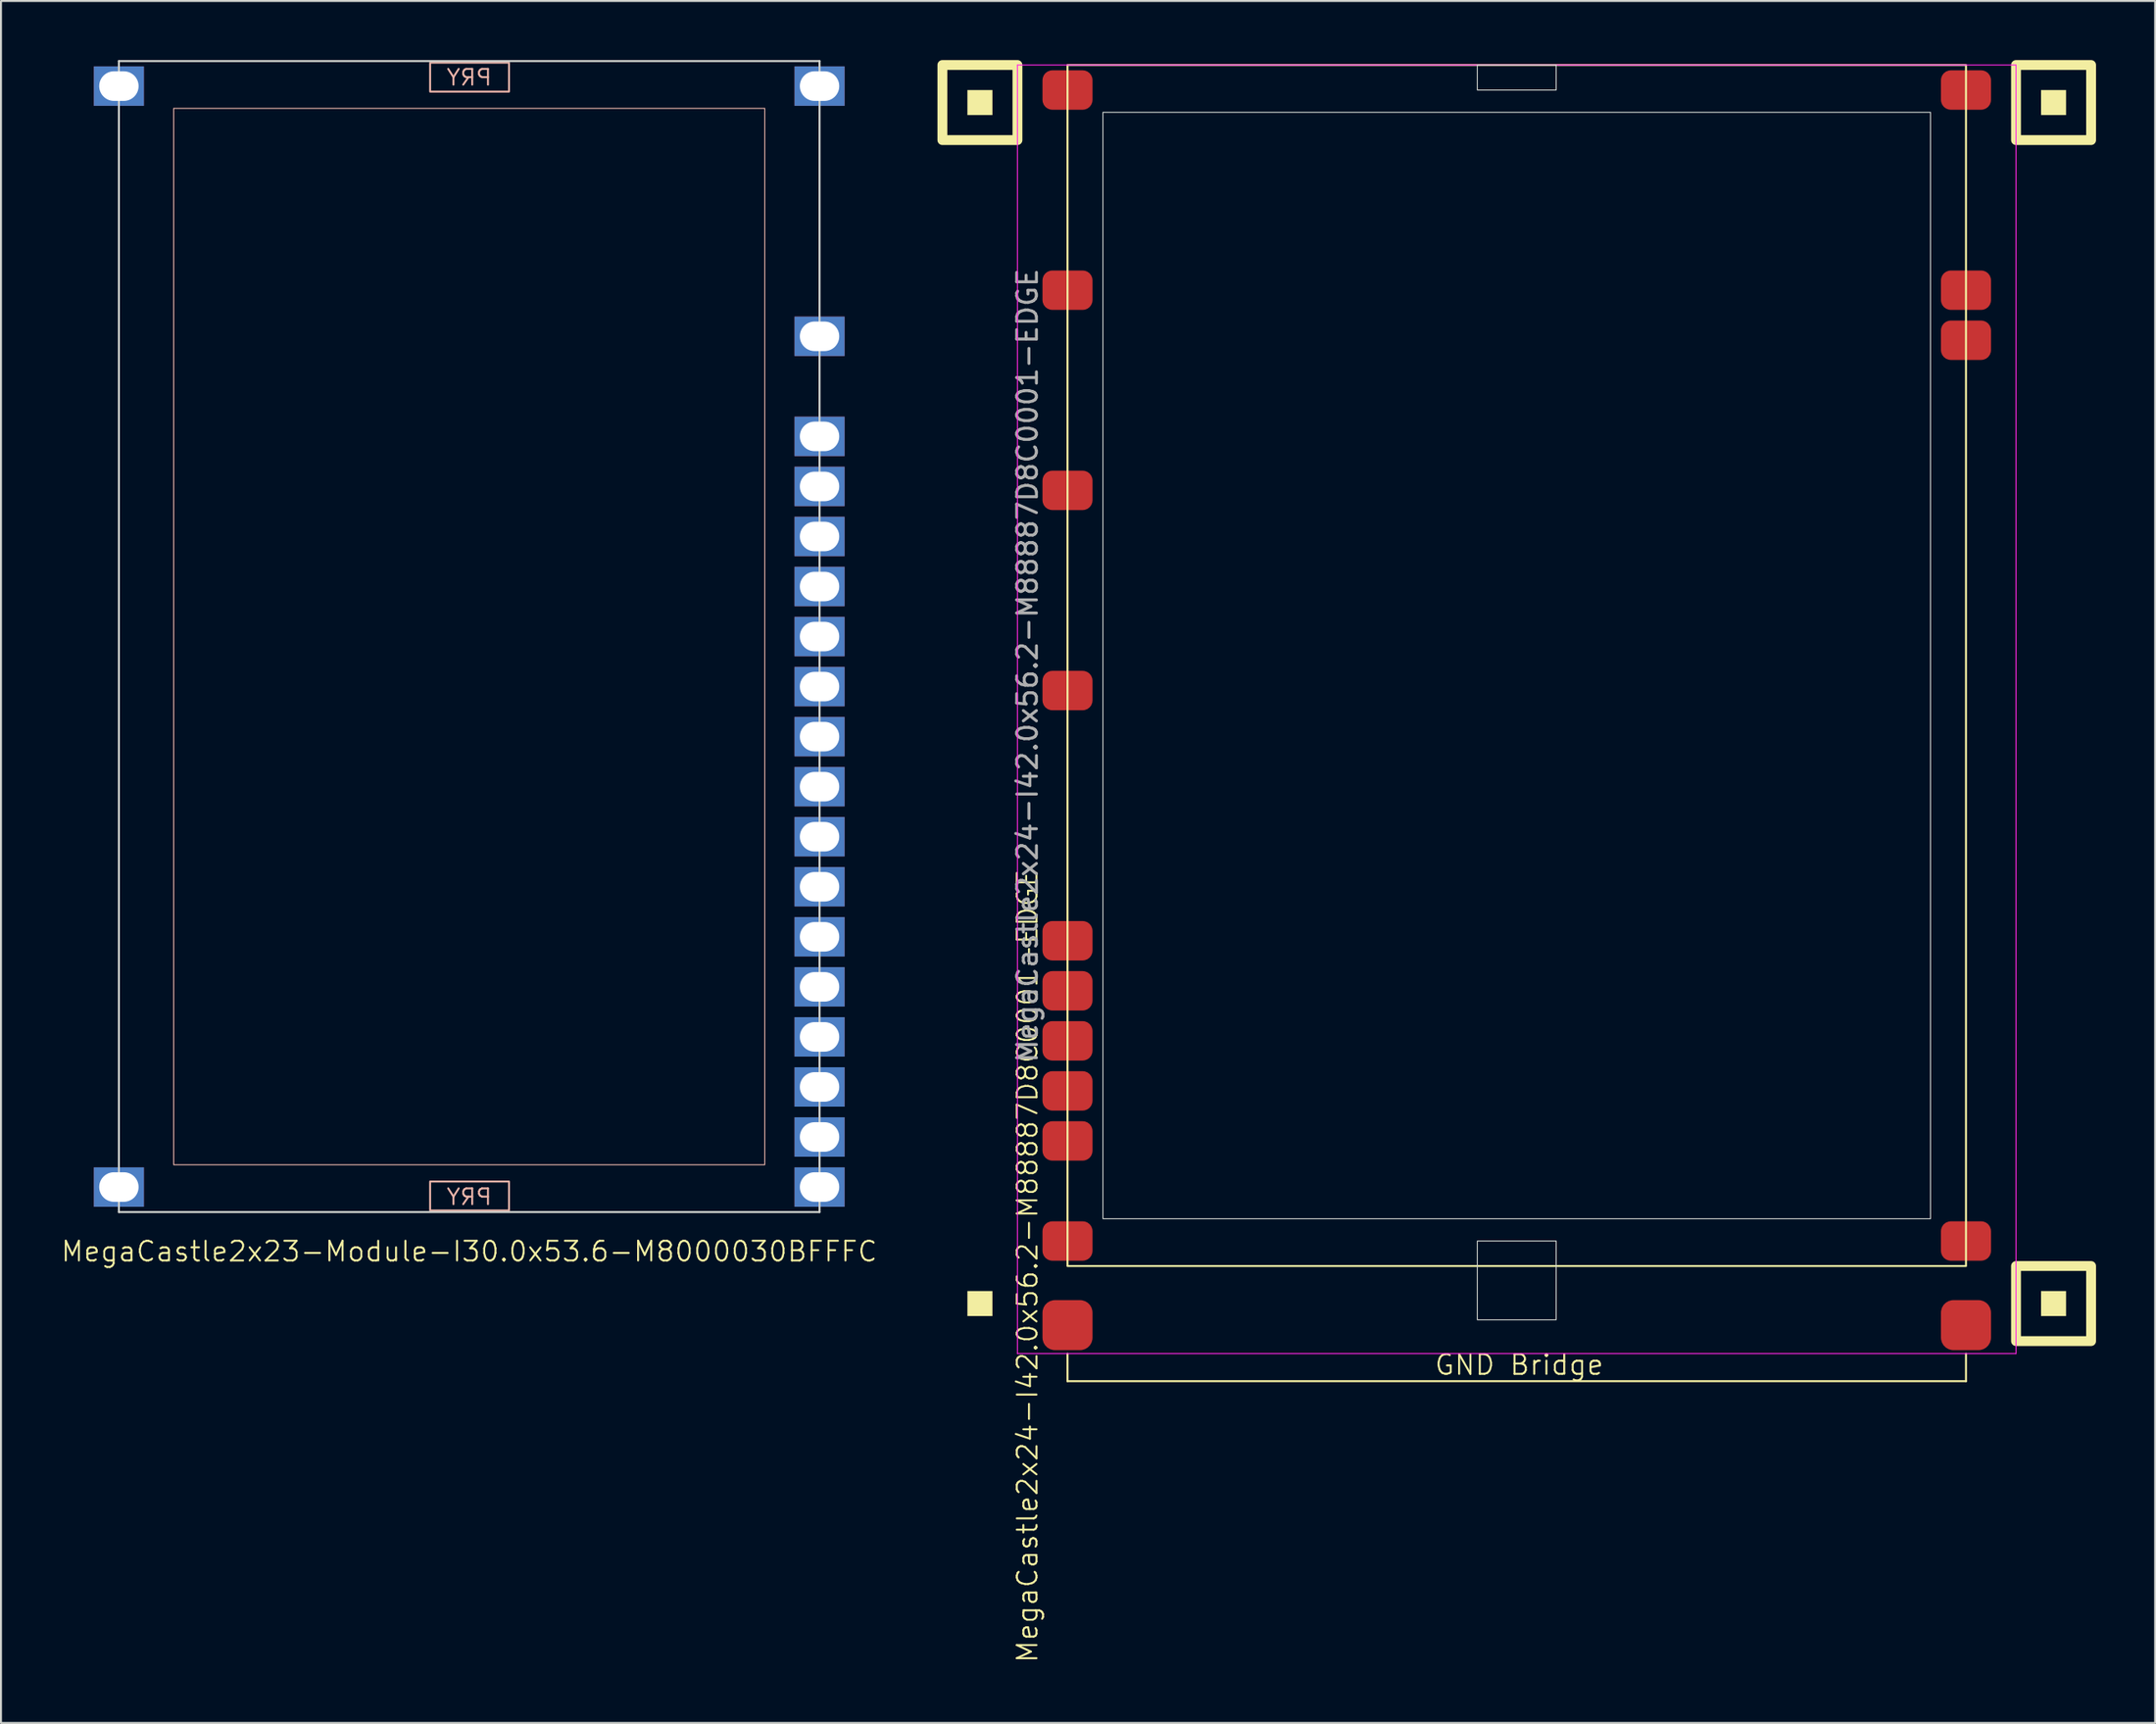
<source format=kicad_pcb>
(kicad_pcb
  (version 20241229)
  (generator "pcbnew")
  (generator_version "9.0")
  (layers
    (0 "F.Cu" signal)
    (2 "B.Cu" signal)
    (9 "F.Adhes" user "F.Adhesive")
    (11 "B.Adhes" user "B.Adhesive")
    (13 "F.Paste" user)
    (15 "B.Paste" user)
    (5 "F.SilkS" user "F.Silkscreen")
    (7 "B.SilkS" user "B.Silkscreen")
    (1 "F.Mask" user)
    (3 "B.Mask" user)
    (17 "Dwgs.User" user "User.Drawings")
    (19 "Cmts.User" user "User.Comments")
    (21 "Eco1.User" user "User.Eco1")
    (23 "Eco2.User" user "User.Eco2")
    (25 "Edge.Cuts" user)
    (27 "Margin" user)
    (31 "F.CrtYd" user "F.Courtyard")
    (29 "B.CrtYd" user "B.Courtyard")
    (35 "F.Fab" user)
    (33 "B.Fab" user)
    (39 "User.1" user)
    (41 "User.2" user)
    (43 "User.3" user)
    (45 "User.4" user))
  (footprint "MegaCastle2x23-Module-I30.0x53.6-M8000030BFFFC"
    (layer "F.Cu")
    (at 20.764 29.26)
    (property "Reference" "MegaCastle2x23-Module-I30.0x53.6-M8000030BFFFC" (at 0 31.21 0) (unlocked yes) (layer "F.SilkS") (effects (font (size 1 1) (thickness 0.1))))
    (attr smd)
    (fp_rect (start -15 26.81) (end 15 -26.81) (stroke (width 0.05) (type default)) (fill no) (layer "B.SilkS"))
    (fp_rect (start -1.984 -27.661) (end 2.02 -29.13) (stroke (width 0.1) (type default)) (fill no) (layer "B.SilkS"))
    (fp_rect (start -1.984 27.661) (end 2.02 29.13) (stroke (width 0.1) (type default)) (fill no) (layer "B.SilkS"))
    (fp_line (start -17.78 -29.21) (end -17.78 29.21) (stroke (width 0.1) (type default)) (layer "Edge.Cuts"))
    (fp_line (start -17.78 -29.21) (end 17.78 -29.21) (stroke (width 0.1) (type default)) (layer "Edge.Cuts"))
    (fp_line (start -17.78 29.21) (end 17.78 29.21) (stroke (width 0.1) (type default)) (layer "Edge.Cuts"))
    (fp_line (start 17.78 -29.21) (end 17.78 29.21) (stroke (width 0.1) (type default)) (layer "Edge.Cuts"))
    (fp_text user "PRY" (at 0 -27.91 0) (unlocked yes) (layer "B.SilkS") (effects (font (size 0.8 0.8) (thickness 0.1)) (justify bottom mirror)))
    (fp_text user "PRY" (at 0 28.91 0) (unlocked yes) (layer "B.SilkS") (effects (font (size 0.8 0.8) (thickness 0.1)) (justify bottom mirror)))
    (pad "1" thru_hole rect (at -17.78 -27.94) (size 2.54 2) (drill oval 2 1.5) (property pad_prop_castellated) (layers "*.Cu" "*.Mask"))
    (pad "23" thru_hole rect (at -17.78 27.94) (size 2.54 2) (drill oval 2 1.5) (property pad_prop_castellated) (layers "*.Cu" "*.Mask"))
    (pad "24" thru_hole rect (at 17.78 -27.94) (size 2.54 2) (drill oval 2 1.5) (property pad_prop_castellated) (layers "*.Cu" "*.Mask"))
    (pad "29" thru_hole rect (at 17.78 -15.24) (size 2.54 2) (drill oval 2 1.5) (property pad_prop_castellated) (layers "*.Cu" "*.Mask"))
    (pad "31" thru_hole rect (at 17.78 -10.16) (size 2.54 2) (drill oval 2 1.5) (property pad_prop_castellated) (layers "*.Cu" "*.Mask"))
    (pad "32" thru_hole rect (at 17.78 -7.62) (size 2.54 2) (drill oval 2 1.5) (property pad_prop_castellated) (layers "*.Cu" "*.Mask"))
    (pad "33" thru_hole rect (at 17.78 -5.08) (size 2.54 2) (drill oval 2 1.5) (property pad_prop_castellated) (layers "*.Cu" "*.Mask"))
    (pad "34" thru_hole rect (at 17.78 -2.54) (size 2.54 2) (drill oval 2 1.5) (property pad_prop_castellated) (layers "*.Cu" "*.Mask"))
    (pad "35" thru_hole rect (at 17.78 0) (size 2.54 2) (drill oval 2 1.5) (property pad_prop_castellated) (layers "*.Cu" "*.Mask"))
    (pad "36" thru_hole rect (at 17.78 2.54) (size 2.54 2) (drill oval 2 1.5) (property pad_prop_castellated) (layers "*.Cu" "*.Mask"))
    (pad "37" thru_hole rect (at 17.78 5.08) (size 2.54 2) (drill oval 2 1.5) (property pad_prop_castellated) (layers "*.Cu" "*.Mask"))
    (pad "38" thru_hole rect (at 17.78 7.62) (size 2.54 2) (drill oval 2 1.5) (property pad_prop_castellated) (layers "*.Cu" "*.Mask"))
    (pad "39" thru_hole rect (at 17.78 10.16) (size 2.54 2) (drill oval 2 1.5) (property pad_prop_castellated) (layers "*.Cu" "*.Mask"))
    (pad "40" thru_hole rect (at 17.78 12.7) (size 2.54 2) (drill oval 2 1.5) (property pad_prop_castellated) (layers "*.Cu" "*.Mask"))
    (pad "41" thru_hole rect (at 17.78 15.24) (size 2.54 2) (drill oval 2 1.5) (property pad_prop_castellated) (layers "*.Cu" "*.Mask"))
    (pad "42" thru_hole rect (at 17.78 17.78) (size 2.54 2) (drill oval 2 1.5) (property pad_prop_castellated) (layers "*.Cu" "*.Mask"))
    (pad "43" thru_hole rect (at 17.78 20.32) (size 2.54 2) (drill oval 2 1.5) (property pad_prop_castellated) (layers "*.Cu" "*.Mask"))
    (pad "44" thru_hole rect (at 17.78 22.86) (size 2.54 2) (drill oval 2 1.5) (property pad_prop_castellated) (layers "*.Cu" "*.Mask"))
    (pad "45" thru_hole rect (at 17.78 25.4) (size 2.54 2) (drill oval 2 1.5) (property pad_prop_castellated) (layers "*.Cu" "*.Mask"))
    (pad "46" thru_hole rect (at 17.78 27.94) (size 2.54 2) (drill oval 2 1.5) (property pad_prop_castellated) (layers "*.Cu" "*.Mask"))
    (zone (net_name "") (layer "B.Cu") (hatch edge 0.5) (connect_pads) (min_thickness 0.25) (filled_areas_thickness no) (keepout (tracks allowed) (vias allowed) (pads allowed) (copperpour allowed) (footprints not_allowed)) (placement (enabled no)) (fill) (polygon (pts (xy 2.984 58.47) (xy 2.984 0.05) (xy 5.764 0.05) (xy 5.764 58.47))))
    (zone (net_name "") (layer "B.Cu") (hatch edge 0.5) (connect_pads) (min_thickness 0.25) (filled_areas_thickness no) (keepout (tracks allowed) (vias allowed) (pads allowed) (copperpour allowed) (footprints not_allowed)) (placement (enabled no)) (fill) (polygon (pts (xy 5.764 0.05) (xy 5.764 2.45) (xy 35.764 2.45) (xy 35.764 0.05))))
    (zone (net_name "") (layer "B.Cu") (hatch edge 0.5) (connect_pads) (min_thickness 0.25) (filled_areas_thickness no) (keepout (tracks allowed) (vias allowed) (pads allowed) (copperpour allowed) (footprints not_allowed)) (placement (enabled no)) (fill) (polygon (pts (xy 5.764 58.47) (xy 5.764 56.07) (xy 35.764 56.07) (xy 35.764 58.47))))
    (zone (net_name "") (layer "B.Cu") (name "Upper Pry Zone") (hatch edge 0.5) (connect_pads) (min_thickness 0.25) (filled_areas_thickness no) (keepout (tracks not_allowed) (vias not_allowed) (pads not_allowed) (copperpour allowed) (footprints not_allowed)) (placement (enabled no)) (fill) (polygon (pts (xy 18.78 1.599) (xy 18.78 0.13) (xy 22.784 0.13) (xy 22.784 1.599))))
    (zone (net_name "") (layer "B.Cu") (name "Upper Pry Zone") (hatch edge 0.5) (connect_pads) (min_thickness 0.25) (filled_areas_thickness no) (keepout (tracks not_allowed) (vias not_allowed) (pads not_allowed) (copperpour allowed) (footprints not_allowed)) (placement (enabled no)) (fill) (polygon (pts (xy 18.78 56.921) (xy 18.78 58.39) (xy 22.784 58.39) (xy 22.784 56.921))))
    (zone (net_name "") (layer "B.Cu") (hatch edge 0.5) (connect_pads) (min_thickness 0.25) (filled_areas_thickness no) (keepout (tracks allowed) (vias allowed) (pads allowed) (copperpour allowed) (footprints not_allowed)) (placement (enabled no)) (fill) (polygon (pts (xy 38.544 58.47) (xy 38.544 0.05) (xy 35.764 0.05) (xy 35.764 58.47)))))
  (footprint "MegaCastle2x24-I42.0x56.2-M88887D8C0001-EDGE"
    (layer "F.Cu")
    (at 73.929 30.73)
    (property "Reference" "MegaCastle2x24-I42.0x56.2-M88887D8C0001-EDGE" (at -24.832 30.48 90) (unlocked yes) (layer "F.SilkS") (effects (font (size 1 1) (thickness 0.1))))
    (attr smd)
    (fp_line (start -22.8 34.925) (end -22.8 36.325) (stroke (width 0.1) (type default)) (layer "F.SilkS"))
    (fp_line (start -22.8 36.325) (end 22.8 36.325) (stroke (width 0.1) (type default)) (layer "F.SilkS"))
    (fp_line (start 22.8 34.925) (end 22.8 36.325) (stroke (width 0.1) (type default)) (layer "F.SilkS"))
    (fp_rect (start -26.61 -27.94) (end -27.88 -29.21) (stroke (width 0) (type solid)) (fill yes) (layer "F.SilkS"))
    (fp_rect (start -26.61 33.02) (end -27.88 31.75) (stroke (width 0) (type solid)) (fill yes) (layer "F.SilkS"))
    (fp_rect (start -25.34 -26.67) (end -29.15 -30.48) (stroke (width 0.5) (type default)) (fill no) (layer "F.SilkS"))
    (fp_rect (start -22.8 -30.48) (end 22.8 30.48) (stroke (width 0.1) (type default)) (fill no) (layer "F.SilkS"))
    (fp_rect (start 27.88 -27.94) (end 26.61 -29.21) (stroke (width 0) (type solid)) (fill yes) (layer "F.SilkS"))
    (fp_rect (start 27.88 33.02) (end 26.61 31.75) (stroke (width 0) (type solid)) (fill yes) (layer "F.SilkS"))
    (fp_rect (start 29.15 -26.67) (end 25.34 -30.48) (stroke (width 0.5) (type default)) (fill no) (layer "F.SilkS"))
    (fp_rect (start 29.15 34.29) (end 25.34 30.48) (stroke (width 0.5) (type default)) (fill no) (layer "F.SilkS"))
    (fp_rect (start -21 -28.08) (end 21 28.08) (stroke (width 0.05) (type default)) (fill no) (layer "Edge.Cuts"))
    (fp_rect (start -2 -29.21) (end 2 -30.48) (stroke (width 0.05) (type default)) (fill no) (layer "Edge.Cuts"))
    (fp_rect (start -2 29.21) (end 2 33.21) (stroke (width 0.05) (type default)) (fill no) (layer "Edge.Cuts"))
    (fp_line (start -25.34 -30.48) (end -25.34 34.925) (stroke (width 0.05) (type default)) (layer "F.CrtYd"))
    (fp_line (start -25.34 34.925) (end 25.34 34.925) (stroke (width 0.05) (type default)) (layer "F.CrtYd"))
    (fp_line (start 25.34 -30.48) (end -25.34 -30.48) (stroke (width 0.05) (type default)) (layer "F.CrtYd"))
    (fp_line (start 25.34 -30.48) (end 25.34 34.925) (stroke (width 0.05) (type default)) (layer "F.CrtYd"))
    (fp_text user "GND Bridge" (at -4.226 36.08 0) (unlocked yes) (layer "F.SilkS") (effects (font (size 1 1) (thickness 0.1)) (justify left bottom)))
    (fp_text user "${REFERENCE}" (at -24.832 0 90) (unlocked yes) (layer "F.Fab") (effects (font (size 1 1) (thickness 0.15))))
    (pad "1" smd roundrect (at -22.8 -29.21) (size 2.54 2) (layers "F.Cu" "F.Mask" "F.Paste") (roundrect_rratio 0.25))
    (pad "5" smd roundrect (at -22.8 -19.05) (size 2.54 2) (layers "F.Cu" "F.Mask" "F.Paste") (roundrect_rratio 0.25))
    (pad "9" smd roundrect (at -22.8 -8.89) (size 2.54 2) (layers "F.Cu" "F.Mask" "F.Paste") (roundrect_rratio 0.25))
    (pad "13" smd roundrect (at -22.8 1.27) (size 2.54 2) (layers "F.Cu" "F.Mask" "F.Paste") (roundrect_rratio 0.25))
    (pad "18" smd roundrect (at -22.8 13.97) (size 2.54 2) (layers "F.Cu" "F.Mask" "F.Paste") (roundrect_rratio 0.25))
    (pad "19" smd roundrect (at -22.8 16.51) (size 2.54 2) (layers "F.Cu" "F.Mask" "F.Paste") (roundrect_rratio 0.25))
    (pad "20" smd roundrect (at -22.8 19.05) (size 2.54 2) (layers "F.Cu" "F.Mask" "F.Paste") (roundrect_rratio 0.25))
    (pad "21" smd roundrect (at -22.8 21.59) (size 2.54 2) (layers "F.Cu" "F.Mask" "F.Paste") (roundrect_rratio 0.25))
    (pad "22" smd roundrect (at -22.8 24.13) (size 2.54 2) (layers "F.Cu" "F.Mask" "F.Paste") (roundrect_rratio 0.25))
    (pad "24" smd roundrect (at -22.8 29.21) (size 2.54 2) (layers "F.Cu" "F.Mask" "F.Paste") (roundrect_rratio 0.25))
    (pad "25" smd roundrect (at 22.8 -29.21) (size 2.54 2) (layers "F.Cu" "F.Mask" "F.Paste") (roundrect_rratio 0.25))
    (pad "29" smd roundrect (at 22.8 -19.05) (size 2.54 2) (layers "F.Cu" "F.Mask" "F.Paste") (roundrect_rratio 0.25))
    (pad "30" smd roundrect (at 22.8 -16.51) (size 2.54 2) (layers "F.Cu" "F.Mask" "F.Paste") (roundrect_rratio 0.25))
    (pad "48" smd roundrect (at 22.8 29.21) (size 2.54 2) (layers "F.Cu" "F.Mask" "F.Paste") (roundrect_rratio 0.25))
    (pad "B1" smd roundrect (at -22.8 33.48) (size 2.54 2.54) (layers "F.Cu" "F.Mask" "F.Paste") (roundrect_rratio 0.25))
    (pad "B2" smd roundrect (at 22.8 33.48) (size 2.54 2.54) (layers "F.Cu" "F.Mask" "F.Paste") (roundrect_rratio 0.25)))
  (gr_rect
    (start -3 -3)
    (end 106.329 84.403)
    (stroke (width 0.1) (type default))
    (fill no)
    (layer "Edge.Cuts")))
</source>
